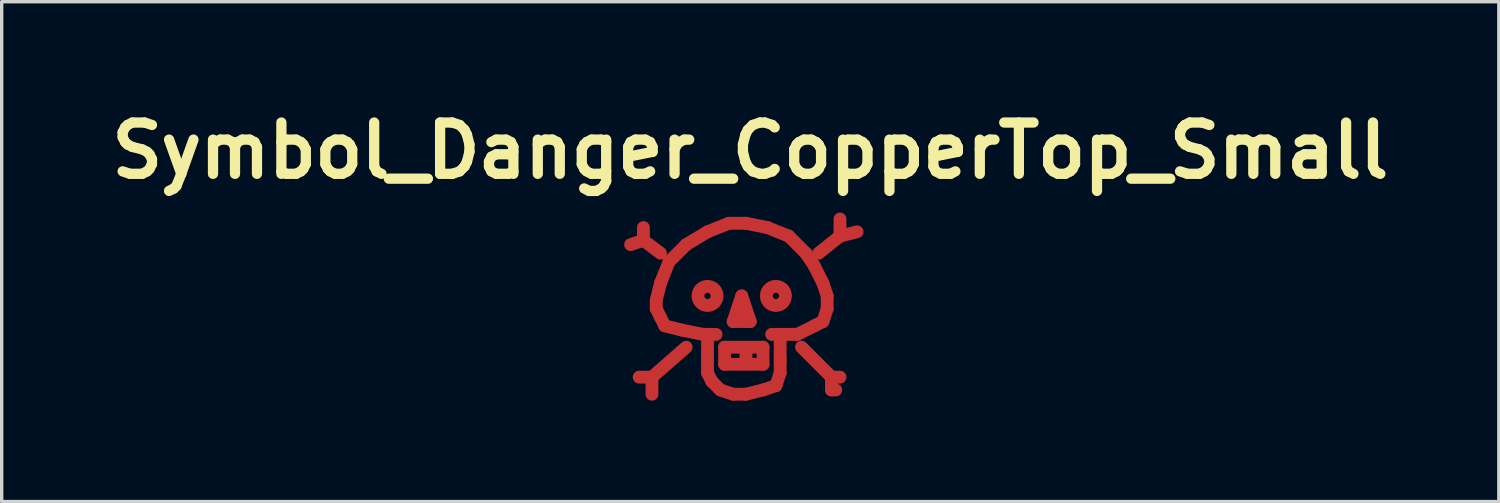
<source format=kicad_pcb>
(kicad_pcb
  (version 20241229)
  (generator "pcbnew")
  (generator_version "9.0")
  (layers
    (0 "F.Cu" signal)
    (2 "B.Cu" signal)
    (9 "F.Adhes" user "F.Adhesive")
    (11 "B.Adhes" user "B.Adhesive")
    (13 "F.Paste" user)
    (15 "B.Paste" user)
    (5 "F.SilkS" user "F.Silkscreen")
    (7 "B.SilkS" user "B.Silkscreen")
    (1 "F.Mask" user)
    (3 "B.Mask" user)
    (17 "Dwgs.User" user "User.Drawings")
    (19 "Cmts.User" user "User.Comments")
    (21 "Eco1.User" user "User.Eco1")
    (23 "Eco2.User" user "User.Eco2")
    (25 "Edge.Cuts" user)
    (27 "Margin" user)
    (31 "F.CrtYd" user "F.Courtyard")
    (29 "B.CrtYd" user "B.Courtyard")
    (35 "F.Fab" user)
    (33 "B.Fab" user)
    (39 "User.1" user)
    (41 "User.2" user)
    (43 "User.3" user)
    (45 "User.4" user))
  (footprint "Symbol_Danger_CopperTop_Small"
    (layer "F.Cu")
    (at 18.992 6.125)
    (property "Reference" "Symbol_Danger_CopperTop_Small" (at 0.254 -4.699 0) (layer "F.SilkS") (effects (font (size 1.524 1.524) (thickness 0.305))))
    (attr through_hole)
    (fp_line (start -2.921 -2.032) (end -3.302 -1.905) (stroke (width 0.381) (type solid)) (layer "F.Cu"))
    (fp_line (start -2.921 -2.032) (end -2.921 -2.413) (stroke (width 0.381) (type solid)) (layer "F.Cu"))
    (fp_line (start -2.667 2.032) (end -3.048 2.032) (stroke (width 0.381) (type solid)) (layer "F.Cu"))
    (fp_line (start -2.667 2.032) (end -2.667 2.54) (stroke (width 0.381) (type solid)) (layer "F.Cu"))
    (fp_line (start -2.54 -0.254) (end -2.413 -0.762) (stroke (width 0.381) (type solid)) (layer "F.Cu"))
    (fp_line (start -2.54 0) (end -2.54 -0.254) (stroke (width 0.381) (type solid)) (layer "F.Cu"))
    (fp_line (start -2.54 0) (end -2.413 0.254) (stroke (width 0.381) (type solid)) (layer "F.Cu"))
    (fp_line (start -2.413 -1.651) (end -2.921 -2.032) (stroke (width 0.381) (type solid)) (layer "F.Cu"))
    (fp_line (start -2.413 -0.762) (end -2.159 -1.397) (stroke (width 0.381) (type solid)) (layer "F.Cu"))
    (fp_line (start -2.413 0.254) (end -2.286 0.508) (stroke (width 0.381) (type solid)) (layer "F.Cu"))
    (fp_line (start -2.286 0.508) (end -1.778 0.635) (stroke (width 0.381) (type solid)) (layer "F.Cu"))
    (fp_line (start -2.159 -1.397) (end -1.651 -1.905) (stroke (width 0.381) (type solid)) (layer "F.Cu"))
    (fp_line (start -1.778 0.635) (end -1.143 0.762) (stroke (width 0.381) (type solid)) (layer "F.Cu"))
    (fp_line (start -1.651 -1.905) (end -1.016 -2.286) (stroke (width 0.381) (type solid)) (layer "F.Cu"))
    (fp_line (start -1.651 1.143) (end -2.667 2.032) (stroke (width 0.381) (type solid)) (layer "F.Cu"))
    (fp_line (start -1.143 0.762) (end -0.762 0.762) (stroke (width 0.381) (type solid)) (layer "F.Cu"))
    (fp_line (start -1.016 -2.286) (end -0.381 -2.54) (stroke (width 0.381) (type solid)) (layer "F.Cu"))
    (fp_line (start -1.016 1.524) (end -1.016 0.762) (stroke (width 0.381) (type solid)) (layer "F.Cu"))
    (fp_line (start -1.016 1.905) (end -1.016 1.524) (stroke (width 0.381) (type solid)) (layer "F.Cu"))
    (fp_line (start -1.016 1.905) (end -0.889 2.159) (stroke (width 0.381) (type solid)) (layer "F.Cu"))
    (fp_line (start -0.889 2.159) (end -0.635 2.413) (stroke (width 0.381) (type solid)) (layer "F.Cu"))
    (fp_line (start -0.635 2.413) (end -0.254 2.54) (stroke (width 0.381) (type solid)) (layer "F.Cu"))
    (fp_line (start -0.508 1.143) (end 0.635 1.143) (stroke (width 0.381) (type solid)) (layer "F.Cu"))
    (fp_line (start -0.508 1.651) (end -0.508 1.143) (stroke (width 0.381) (type solid)) (layer "F.Cu"))
    (fp_line (start -0.381 -2.54) (end 0.127 -2.54) (stroke (width 0.381) (type solid)) (layer "F.Cu"))
    (fp_line (start -0.254 0.381) (end 0 -0.381) (stroke (width 0.381) (type solid)) (layer "F.Cu"))
    (fp_line (start 0 -0.381) (end 0.254 0.381) (stroke (width 0.381) (type solid)) (layer "F.Cu"))
    (fp_line (start 0.127 -2.54) (end 0.762 -2.413) (stroke (width 0.381) (type solid)) (layer "F.Cu"))
    (fp_line (start 0.127 1.27) (end 0.127 1.524) (stroke (width 0.381) (type solid)) (layer "F.Cu"))
    (fp_line (start 0.127 2.54) (end -0.254 2.54) (stroke (width 0.381) (type solid)) (layer "F.Cu"))
    (fp_line (start 0.254 0.381) (end -0.254 0.381) (stroke (width 0.381) (type solid)) (layer "F.Cu"))
    (fp_line (start 0.635 1.143) (end 0.635 1.651) (stroke (width 0.381) (type solid)) (layer "F.Cu"))
    (fp_line (start 0.635 1.651) (end -0.508 1.651) (stroke (width 0.381) (type solid)) (layer "F.Cu"))
    (fp_line (start 0.635 2.413) (end 0.127 2.54) (stroke (width 0.381) (type solid)) (layer "F.Cu"))
    (fp_line (start 0.762 -2.413) (end 1.397 -2.159) (stroke (width 0.381) (type solid)) (layer "F.Cu"))
    (fp_line (start 1.016 2.286) (end 0.635 2.413) (stroke (width 0.381) (type solid)) (layer "F.Cu"))
    (fp_line (start 1.143 0.762) (end 1.143 1.524) (stroke (width 0.381) (type solid)) (layer "F.Cu"))
    (fp_line (start 1.143 1.524) (end 1.143 1.905) (stroke (width 0.381) (type solid)) (layer "F.Cu"))
    (fp_line (start 1.143 1.905) (end 1.016 2.286) (stroke (width 0.381) (type solid)) (layer "F.Cu"))
    (fp_line (start 1.27 0.762) (end 0.889 0.762) (stroke (width 0.381) (type solid)) (layer "F.Cu"))
    (fp_line (start 1.397 -2.159) (end 1.905 -1.651) (stroke (width 0.381) (type solid)) (layer "F.Cu"))
    (fp_line (start 1.651 0.762) (end 1.27 0.762) (stroke (width 0.381) (type solid)) (layer "F.Cu"))
    (fp_line (start 1.778 1.143) (end 2.667 2.032) (stroke (width 0.381) (type solid)) (layer "F.Cu"))
    (fp_line (start 1.905 -1.651) (end 2.159 -1.27) (stroke (width 0.381) (type solid)) (layer "F.Cu"))
    (fp_line (start 2.159 -1.27) (end 2.413 -0.762) (stroke (width 0.381) (type solid)) (layer "F.Cu"))
    (fp_line (start 2.159 0.508) (end 1.651 0.762) (stroke (width 0.381) (type solid)) (layer "F.Cu"))
    (fp_line (start 2.286 -1.651) (end 2.921 -2.159) (stroke (width 0.381) (type solid)) (layer "F.Cu"))
    (fp_line (start 2.413 -0.762) (end 2.54 -0.381) (stroke (width 0.381) (type solid)) (layer "F.Cu"))
    (fp_line (start 2.413 0.381) (end 2.159 0.508) (stroke (width 0.381) (type solid)) (layer "F.Cu"))
    (fp_line (start 2.54 -0.381) (end 2.54 0) (stroke (width 0.381) (type solid)) (layer "F.Cu"))
    (fp_line (start 2.54 0) (end 2.413 0.381) (stroke (width 0.381) (type solid)) (layer "F.Cu"))
    (fp_line (start 2.667 2.032) (end 2.667 2.413) (stroke (width 0.381) (type solid)) (layer "F.Cu"))
    (fp_line (start 2.667 2.032) (end 2.921 2.032) (stroke (width 0.381) (type solid)) (layer "F.Cu"))
    (fp_line (start 2.667 2.413) (end 2.794 2.413) (stroke (width 0.381) (type solid)) (layer "F.Cu"))
    (fp_line (start 2.921 -2.159) (end 2.921 -2.667) (stroke (width 0.381) (type solid)) (layer "F.Cu"))
    (fp_line (start 2.921 -2.159) (end 3.429 -2.286) (stroke (width 0.381) (type solid)) (layer "F.Cu"))
    (fp_circle (center -1.016 -0.381) (end -1.27 -0.254) (stroke (width 0.381) (type solid)) (fill no) (layer "F.Cu"))
    (fp_circle (center 1.016 -0.381) (end 1.27 -0.254) (stroke (width 0.381) (type solid)) (fill no) (layer "F.Cu")))
  (gr_rect
    (start -3 -3)
    (end 41.492 11.856)
    (stroke (width 0.1) (type default))
    (fill no)
    (layer "Edge.Cuts")))
</source>
